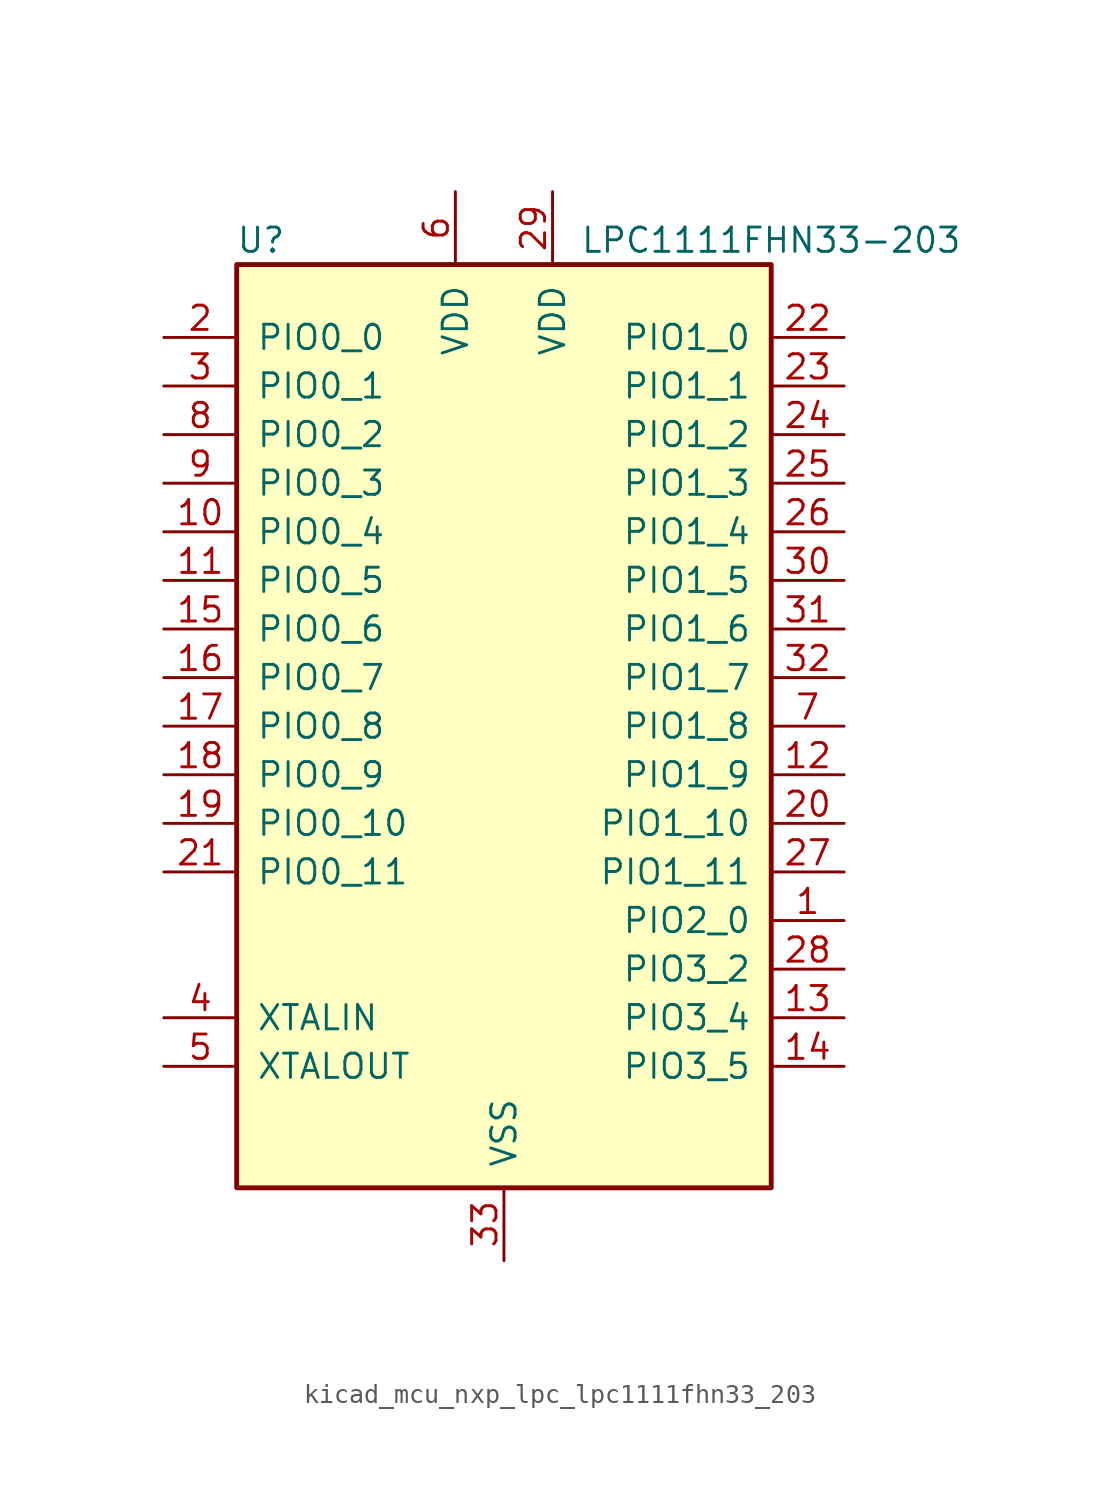
<source format=kicad_sym>
(kicad_symbol_lib
  (version 20220914)
  (generator kicad_symbol_editor)
  (symbol "kicad_mcu_nxp_lpc_lpc1111fhn33_203"
    (pin_names
      (offset 1.016))
    (property "Reference" "U"
      (at -12.7 25.4 0)
      (effects (font (size 1.27 1.27))))
    (property "Value" "LPC1111FHN33-203"
      (at 13.97 25.4 0)
      (effects (font (size 1.27 1.27))))
    (symbol "kicad_mcu_nxp_lpc_lpc1111fhn33_203_0_1"
      (rectangle (start -13.97 24.13) (end 13.97 -24.13) (stroke (width 0.254) (type default)) (fill (type background))))
    (symbol "kicad_mcu_nxp_lpc_lpc1111fhn33_203_1_1"
      (pin bidirectional line (at 17.78 -10.16 180) (length 3.81) (name "PIO2_0" (effects (font (size 1.27 1.27)))) (number "1" (effects (font (size 1.27 1.27)))))
      (pin bidirectional line (at -17.78 10.16 0) (length 3.81) (name "PIO0_4" (effects (font (size 1.27 1.27)))) (number "10" (effects (font (size 1.27 1.27)))))
      (pin bidirectional line (at -17.78 7.62 0) (length 3.81) (name "PIO0_5" (effects (font (size 1.27 1.27)))) (number "11" (effects (font (size 1.27 1.27)))))
      (pin bidirectional line (at 17.78 -2.54 180) (length 3.81) (name "PIO1_9" (effects (font (size 1.27 1.27)))) (number "12" (effects (font (size 1.27 1.27)))))
      (pin bidirectional line (at 17.78 -15.24 180) (length 3.81) (name "PIO3_4" (effects (font (size 1.27 1.27)))) (number "13" (effects (font (size 1.27 1.27)))))
      (pin bidirectional line (at 17.78 -17.78 180) (length 3.81) (name "PIO3_5" (effects (font (size 1.27 1.27)))) (number "14" (effects (font (size 1.27 1.27)))))
      (pin bidirectional line (at -17.78 5.08 0) (length 3.81) (name "PIO0_6" (effects (font (size 1.27 1.27)))) (number "15" (effects (font (size 1.27 1.27)))))
      (pin bidirectional line (at -17.78 2.54 0) (length 3.81) (name "PIO0_7" (effects (font (size 1.27 1.27)))) (number "16" (effects (font (size 1.27 1.27)))))
      (pin bidirectional line (at -17.78 0 0) (length 3.81) (name "PIO0_8" (effects (font (size 1.27 1.27)))) (number "17" (effects (font (size 1.27 1.27)))))
      (pin bidirectional line (at -17.78 -2.54 0) (length 3.81) (name "PIO0_9" (effects (font (size 1.27 1.27)))) (number "18" (effects (font (size 1.27 1.27)))))
      (pin bidirectional line (at -17.78 -5.08 0) (length 3.81) (name "PIO0_10" (effects (font (size 1.27 1.27)))) (number "19" (effects (font (size 1.27 1.27)))))
      (pin bidirectional line (at -17.78 20.32 0) (length 3.81) (name "PIO0_0" (effects (font (size 1.27 1.27)))) (number "2" (effects (font (size 1.27 1.27)))))
      (pin bidirectional line (at 17.78 -5.08 180) (length 3.81) (name "PIO1_10" (effects (font (size 1.27 1.27)))) (number "20" (effects (font (size 1.27 1.27)))))
      (pin bidirectional line (at -17.78 -7.62 0) (length 3.81) (name "PIO0_11" (effects (font (size 1.27 1.27)))) (number "21" (effects (font (size 1.27 1.27)))))
      (pin bidirectional line (at 17.78 20.32 180) (length 3.81) (name "PIO1_0" (effects (font (size 1.27 1.27)))) (number "22" (effects (font (size 1.27 1.27)))))
      (pin bidirectional line (at 17.78 17.78 180) (length 3.81) (name "PIO1_1" (effects (font (size 1.27 1.27)))) (number "23" (effects (font (size 1.27 1.27)))))
      (pin bidirectional line (at 17.78 15.24 180) (length 3.81) (name "PIO1_2" (effects (font (size 1.27 1.27)))) (number "24" (effects (font (size 1.27 1.27)))))
      (pin bidirectional line (at 17.78 12.7 180) (length 3.81) (name "PIO1_3" (effects (font (size 1.27 1.27)))) (number "25" (effects (font (size 1.27 1.27)))))
      (pin bidirectional line (at 17.78 10.16 180) (length 3.81) (name "PIO1_4" (effects (font (size 1.27 1.27)))) (number "26" (effects (font (size 1.27 1.27)))))
      (pin bidirectional line (at 17.78 -7.62 180) (length 3.81) (name "PIO1_11" (effects (font (size 1.27 1.27)))) (number "27" (effects (font (size 1.27 1.27)))))
      (pin bidirectional line (at 17.78 -12.7 180) (length 3.81) (name "PIO3_2" (effects (font (size 1.27 1.27)))) (number "28" (effects (font (size 1.27 1.27)))))
      (pin power_in line (at 2.54 27.94 270) (length 3.81) (name "VDD" (effects (font (size 1.27 1.27)))) (number "29" (effects (font (size 1.27 1.27)))))
      (pin bidirectional line (at -17.78 17.78 0) (length 3.81) (name "PIO0_1" (effects (font (size 1.27 1.27)))) (number "3" (effects (font (size 1.27 1.27)))))
      (pin bidirectional line (at 17.78 7.62 180) (length 3.81) (name "PIO1_5" (effects (font (size 1.27 1.27)))) (number "30" (effects (font (size 1.27 1.27)))))
      (pin bidirectional line (at 17.78 5.08 180) (length 3.81) (name "PIO1_6" (effects (font (size 1.27 1.27)))) (number "31" (effects (font (size 1.27 1.27)))))
      (pin bidirectional line (at 17.78 2.54 180) (length 3.81) (name "PIO1_7" (effects (font (size 1.27 1.27)))) (number "32" (effects (font (size 1.27 1.27)))))
      (pin power_in line (at 0 -27.94 90) (length 3.81) (name "VSS" (effects (font (size 1.27 1.27)))) (number "33" (effects (font (size 1.27 1.27)))))
      (pin input line (at -17.78 -15.24 0) (length 3.81) (name "XTALIN" (effects (font (size 1.27 1.27)))) (number "4" (effects (font (size 1.27 1.27)))))
      (pin output line (at -17.78 -17.78 0) (length 3.81) (name "XTALOUT" (effects (font (size 1.27 1.27)))) (number "5" (effects (font (size 1.27 1.27)))))
      (pin power_in line (at -2.54 27.94 270) (length 3.81) (name "VDD" (effects (font (size 1.27 1.27)))) (number "6" (effects (font (size 1.27 1.27)))))
      (pin bidirectional line (at 17.78 0 180) (length 3.81) (name "PIO1_8" (effects (font (size 1.27 1.27)))) (number "7" (effects (font (size 1.27 1.27)))))
      (pin bidirectional line (at -17.78 15.24 0) (length 3.81) (name "PIO0_2" (effects (font (size 1.27 1.27)))) (number "8" (effects (font (size 1.27 1.27)))))
      (pin bidirectional line (at -17.78 12.7 0) (length 3.81) (name "PIO0_3" (effects (font (size 1.27 1.27)))) (number "9" (effects (font (size 1.27 1.27))))))))
</source>
